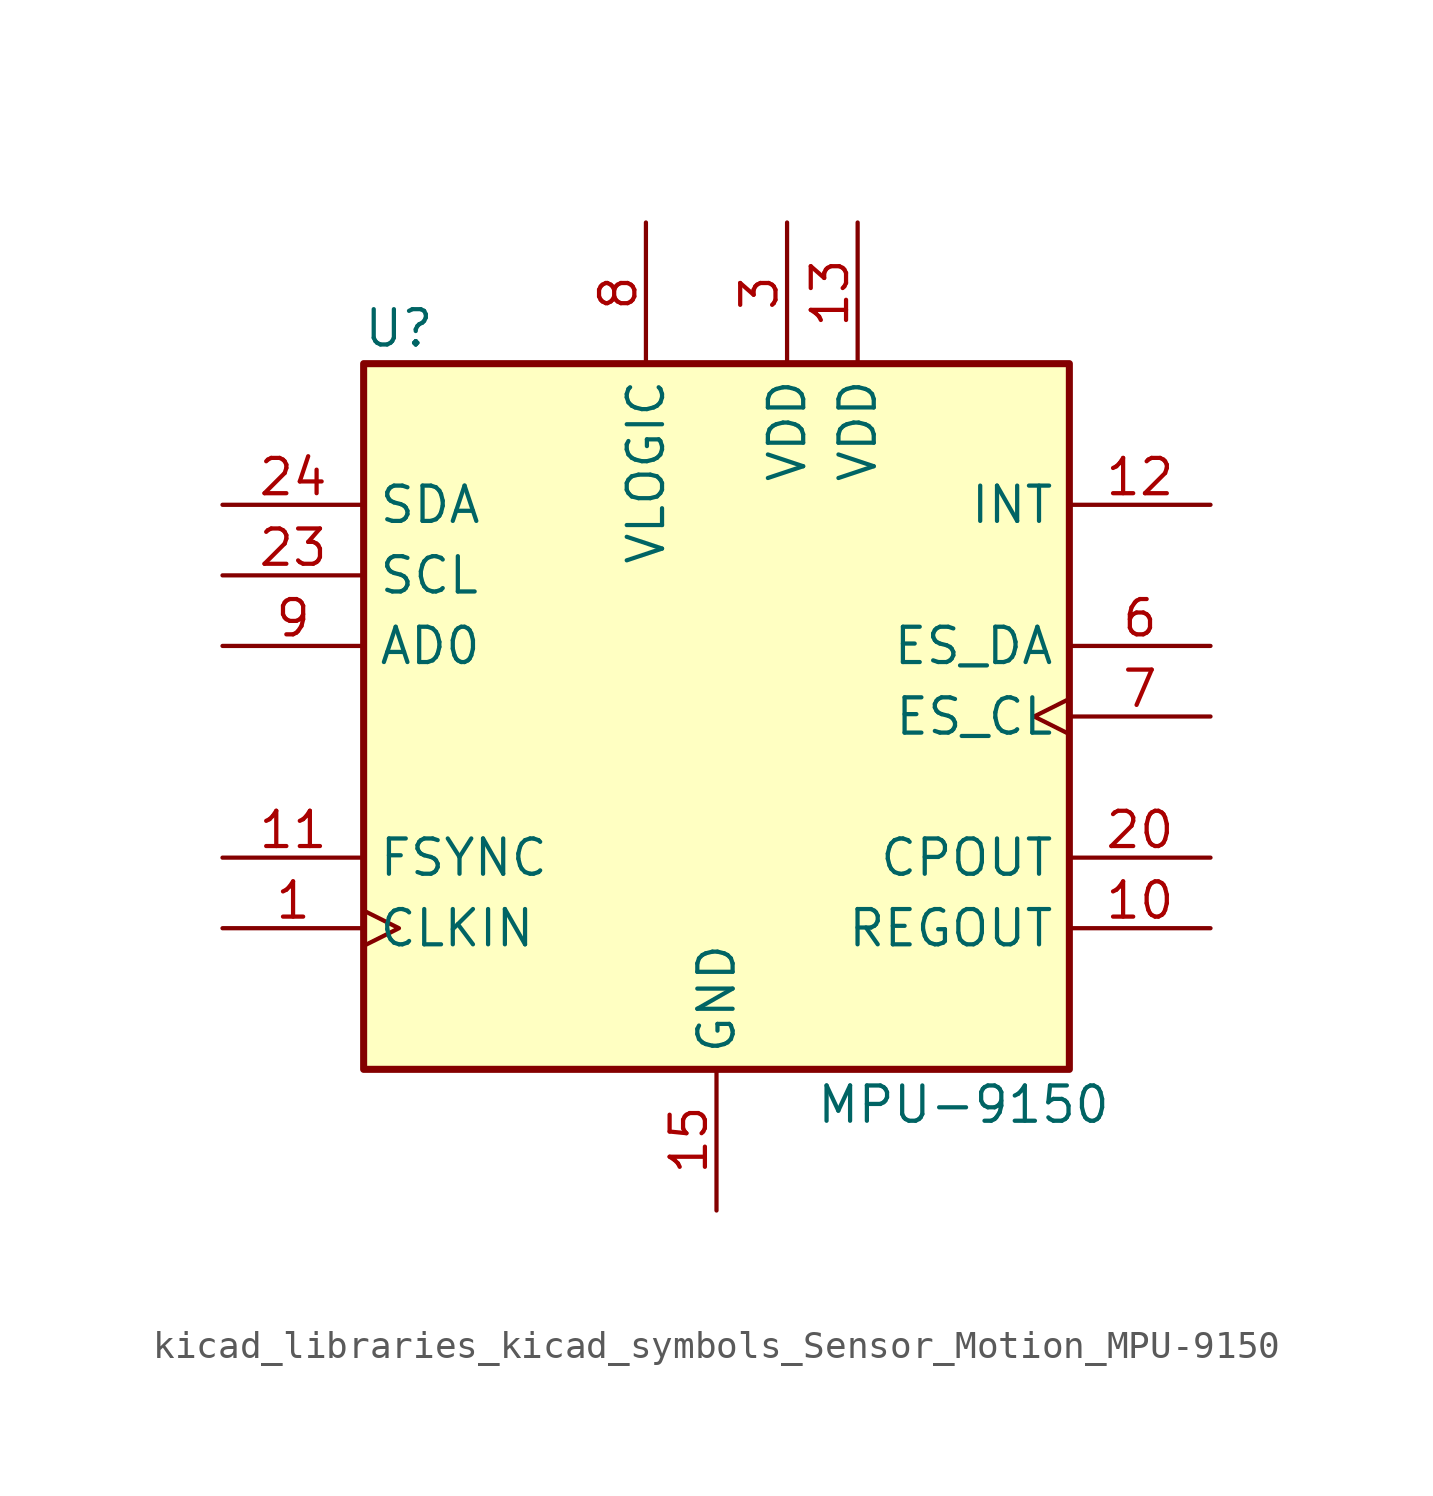
<source format=kicad_sym>
(kicad_symbol_lib
  (version 20220914)
  (generator kicad_symbol_editor)
  (symbol "kicad_libraries_kicad_symbols_Sensor_Motion_MPU-9150"
    (property "Reference" "U"
      (at -11.43 13.97 0)
      (effects (font (size 1.27 1.27))))
    (property "Value" "MPU-9150"
      (at 8.89 -13.97 0)
      (effects (font (size 1.27 1.27))))
    (symbol "kicad_libraries_kicad_symbols_Sensor_Motion_MPU-9150_0_1"
      (rectangle (start -12.7 12.7) (end 12.7 -12.7) (stroke (width 0.254) (type default)) (fill (type background))))
    (symbol "kicad_libraries_kicad_symbols_Sensor_Motion_MPU-9150_1_1"
      (pin input clock (at -17.78 -7.62 0) (length 5.08) (name "CLKIN" (effects (font (size 1.27 1.27)))) (number "1" (effects (font (size 1.27 1.27)))))
      (pin passive line (at 17.78 -7.62 180) (length 5.08) (name "REGOUT" (effects (font (size 1.27 1.27)))) (number "10" (effects (font (size 1.27 1.27)))))
      (pin input line (at -17.78 -5.08 0) (length 5.08) (name "FSYNC" (effects (font (size 1.27 1.27)))) (number "11" (effects (font (size 1.27 1.27)))))
      (pin output line (at 17.78 7.62 180) (length 5.08) (name "INT" (effects (font (size 1.27 1.27)))) (number "12" (effects (font (size 1.27 1.27)))))
      (pin power_in line (at 5.08 17.78 270) (length 5.08) (name "VDD" (effects (font (size 1.27 1.27)))) (number "13" (effects (font (size 1.27 1.27)))))
      (pin power_in line (at 0 -17.78 90) (length 5.08) (name "GND" (effects (font (size 1.27 1.27)))) (number "15" (effects (font (size 1.27 1.27)))))
      (pin passive line (at 0 -17.78 90) (length 5.08) hide (name "GND" (effects (font (size 1.27 1.27)))) (number "17" (effects (font (size 1.27 1.27)))))
      (pin passive line (at 0 -17.78 90) (length 5.08) hide (name "GND" (effects (font (size 1.27 1.27)))) (number "18" (effects (font (size 1.27 1.27)))))
      (pin passive line (at 17.78 -5.08 180) (length 5.08) (name "CPOUT" (effects (font (size 1.27 1.27)))) (number "20" (effects (font (size 1.27 1.27)))))
      (pin input line (at -17.78 5.08 0) (length 5.08) (name "SCL" (effects (font (size 1.27 1.27)))) (number "23" (effects (font (size 1.27 1.27)))))
      (pin bidirectional line (at -17.78 7.62 0) (length 5.08) (name "SDA" (effects (font (size 1.27 1.27)))) (number "24" (effects (font (size 1.27 1.27)))))
      (pin power_in line (at 2.54 17.78 270) (length 5.08) (name "VDD" (effects (font (size 1.27 1.27)))) (number "3" (effects (font (size 1.27 1.27)))))
      (pin bidirectional line (at 17.78 2.54 180) (length 5.08) (name "ES_DA" (effects (font (size 1.27 1.27)))) (number "6" (effects (font (size 1.27 1.27)))))
      (pin output clock (at 17.78 0 180) (length 5.08) (name "ES_CL" (effects (font (size 1.27 1.27)))) (number "7" (effects (font (size 1.27 1.27)))))
      (pin power_in line (at -2.54 17.78 270) (length 5.08) (name "VLOGIC" (effects (font (size 1.27 1.27)))) (number "8" (effects (font (size 1.27 1.27)))))
      (pin input line (at -17.78 2.54 0) (length 5.08) (name "AD0" (effects (font (size 1.27 1.27)))) (number "9" (effects (font (size 1.27 1.27))))))))
</source>
